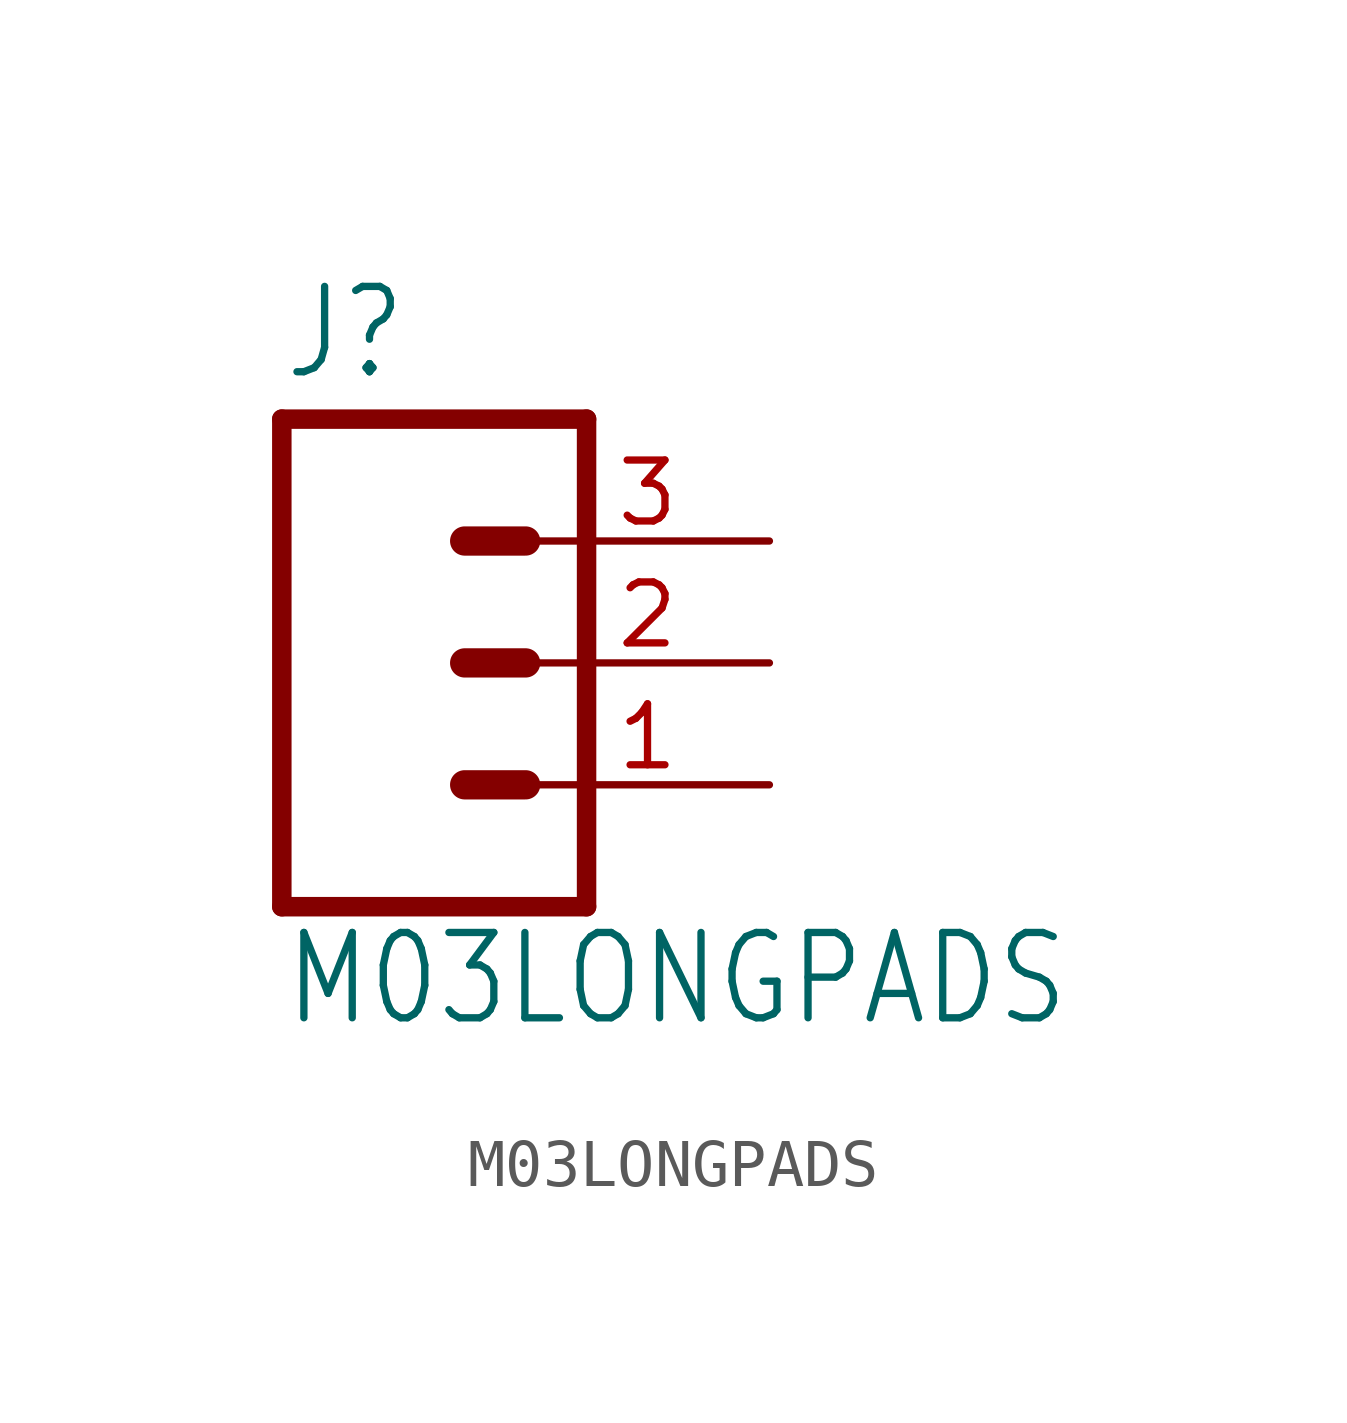
<source format=kicad_sym>
(kicad_symbol_lib
  (version 20220914)
  (generator kicad_symbol_editor)
  (symbol "M03LONGPADS"
    (property "Reference" "J"
      (at -2.54 5.842 0)
      (effects (font (size 1.778 1.511)) (justify left bottom)))
    (property "Value" "M03LONGPADS"
      (at -2.54 -7.62 0)
      (effects (font (size 1.778 1.511)) (justify left bottom)))
    (property "ki_locked" ""
      (at 0 0 0)
      (effects (font (size 1.27 1.27))))
    (symbol "M03LONGPADS_1_0"
      (polyline (pts (xy -2.54 5.08) (xy -2.54 -5.08)) (stroke (width 0.406) (type default)) (fill (type none)))
      (polyline (pts (xy -2.54 5.08) (xy 3.81 5.08)) (stroke (width 0.406) (type default)) (fill (type none)))
      (polyline (pts (xy 1.27 -2.54) (xy 2.54 -2.54)) (stroke (width 0.61) (type default)) (fill (type none)))
      (polyline (pts (xy 1.27 0) (xy 2.54 0)) (stroke (width 0.61) (type default)) (fill (type none)))
      (polyline (pts (xy 1.27 2.54) (xy 2.54 2.54)) (stroke (width 0.61) (type default)) (fill (type none)))
      (polyline (pts (xy 3.81 -5.08) (xy -2.54 -5.08)) (stroke (width 0.406) (type default)) (fill (type none)))
      (polyline (pts (xy 3.81 -5.08) (xy 3.81 5.08)) (stroke (width 0.406) (type default)) (fill (type none)))
      (pin passive line (at 7.62 -2.54 180) (length 5.08) (name "1" (effects (font (size 0 0)))) (number "1" (effects (font (size 1.27 1.27)))))
      (pin passive line (at 7.62 0 180) (length 5.08) (name "2" (effects (font (size 0 0)))) (number "2" (effects (font (size 1.27 1.27)))))
      (pin passive line (at 7.62 2.54 180) (length 5.08) (name "3" (effects (font (size 0 0)))) (number "3" (effects (font (size 1.27 1.27))))))))
</source>
